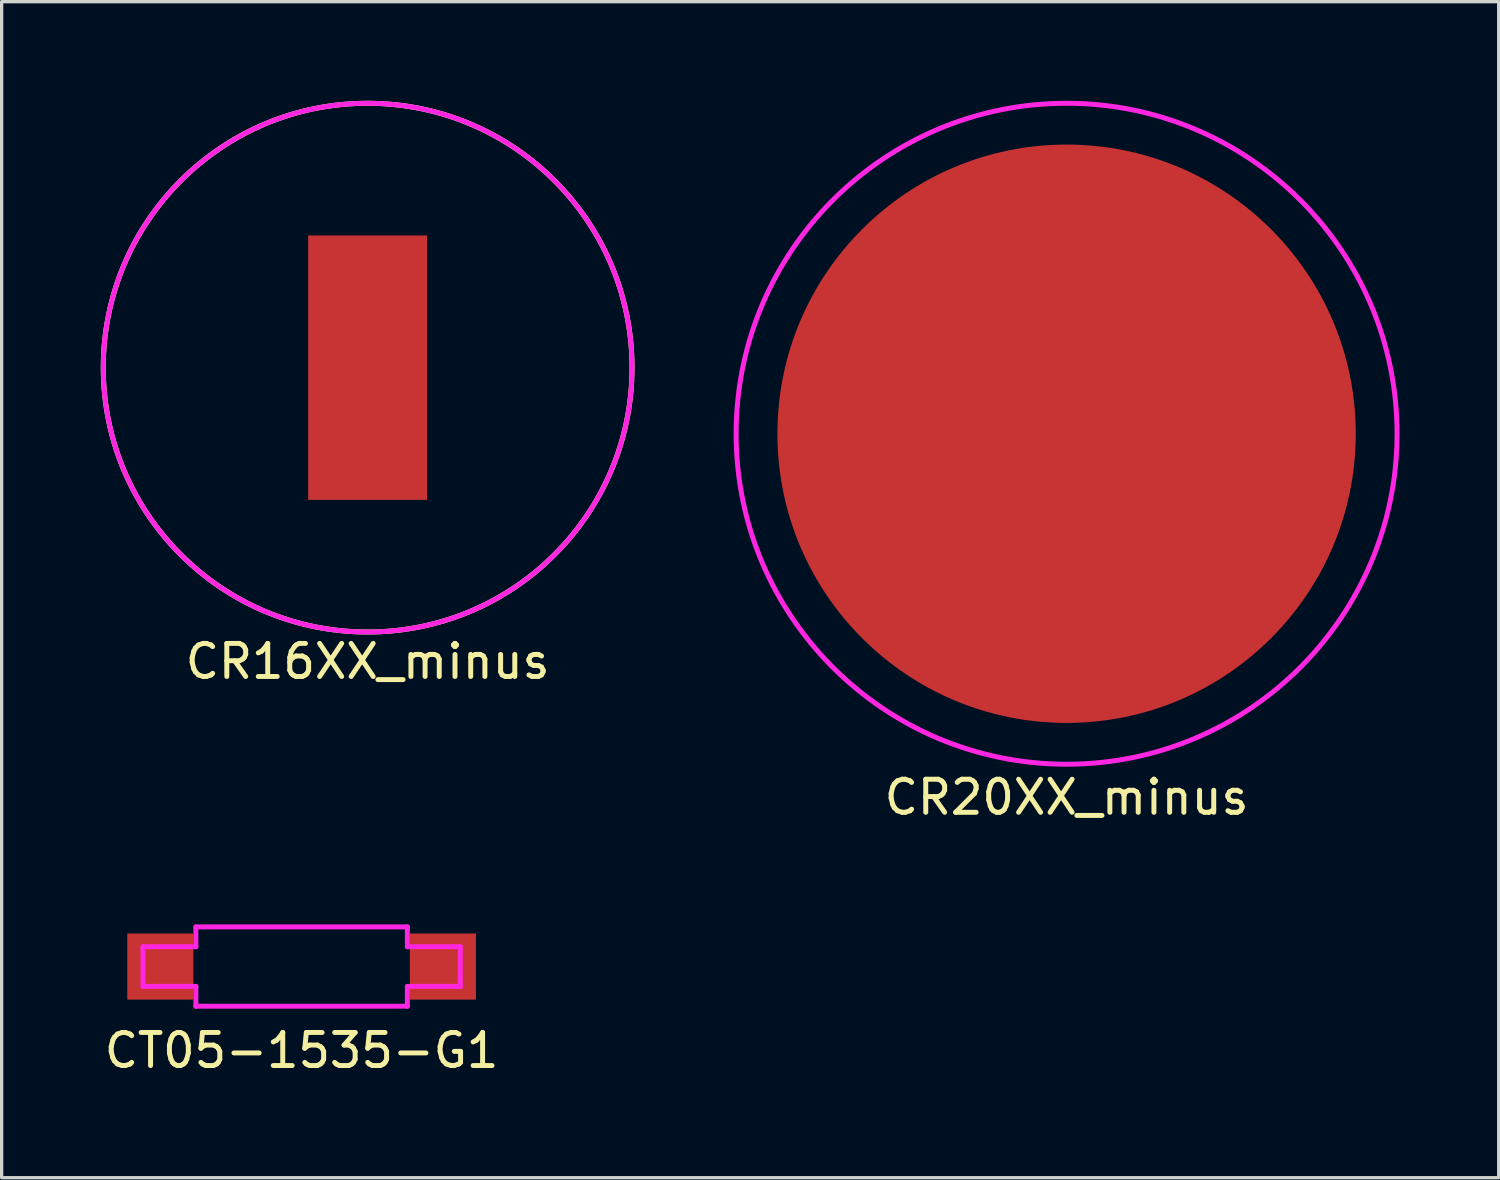
<source format=kicad_pcb>
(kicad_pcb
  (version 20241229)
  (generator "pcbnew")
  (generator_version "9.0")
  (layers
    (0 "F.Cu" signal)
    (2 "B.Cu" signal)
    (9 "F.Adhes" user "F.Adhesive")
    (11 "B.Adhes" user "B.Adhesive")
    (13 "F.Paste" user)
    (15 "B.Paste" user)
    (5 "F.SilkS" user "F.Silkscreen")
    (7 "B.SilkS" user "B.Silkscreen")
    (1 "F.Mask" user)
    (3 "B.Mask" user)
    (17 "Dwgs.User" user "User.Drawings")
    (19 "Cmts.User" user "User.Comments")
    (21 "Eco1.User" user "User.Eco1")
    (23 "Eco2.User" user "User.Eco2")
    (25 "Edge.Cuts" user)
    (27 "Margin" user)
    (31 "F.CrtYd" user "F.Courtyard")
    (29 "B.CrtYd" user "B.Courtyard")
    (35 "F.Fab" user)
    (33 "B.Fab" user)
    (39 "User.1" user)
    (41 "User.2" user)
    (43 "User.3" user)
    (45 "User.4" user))
  (footprint "CR20XX_minus"
    (layer "F.Cu")
    (at 29.225 10.075)
    (property "Reference" "CR20XX_minus" (at 0 11 0) (layer "F.SilkS") (effects (font (size 1 1) (thickness 0.15))))
    (attr through_hole)
    (fp_circle (center 0 0) (end 10 0) (stroke (width 0.15) (type solid)) (fill no) (layer "F.CrtYd"))
    (pad "1" smd circle (at 0 0) (size 17.5 17.5) (layers "F.Cu" "F.Mask" "F.Paste")))
  (footprint "CR16XX_minus"
    (layer "F.Cu")
    (at 8.075 8.075)
    (property "Reference" "CR16XX_minus" (at 0 8.89 0) (layer "F.SilkS") (effects (font (size 1 1) (thickness 0.15))))
    (attr through_hole)
    (fp_circle (center 0 0) (end 8 0) (stroke (width 0.15) (type solid)) (fill no) (layer "F.SilkS"))
    (fp_circle (center 0 0) (end 8 0) (stroke (width 0.15) (type solid)) (fill no) (layer "F.CrtYd"))
    (pad "1" smd rect (at 0 0) (size 3.6 8) (layers "F.Cu" "F.Mask" "F.Paste")))
  (footprint "CT05-1535-G1"
    (layer "F.Cu")
    (at 6.077 26.198)
    (property "Reference" "CT05-1535-G1" (at 0 2.54 0) (layer "F.SilkS") (effects (font (size 1 1) (thickness 0.15))))
    (attr through_hole)
    (fp_line (start -4.8 -0.6) (end -3.2 -0.6) (stroke (width 0.15) (type solid)) (layer "F.CrtYd"))
    (fp_line (start -4.8 0.6) (end -4.8 -0.6) (stroke (width 0.15) (type solid)) (layer "F.CrtYd"))
    (fp_line (start -3.2 -1.2) (end 3.2 -1.2) (stroke (width 0.15) (type solid)) (layer "F.CrtYd"))
    (fp_line (start -3.2 -0.6) (end -3.2 -1.2) (stroke (width 0.15) (type solid)) (layer "F.CrtYd"))
    (fp_line (start -3.2 0.6) (end -4.8 0.6) (stroke (width 0.15) (type solid)) (layer "F.CrtYd"))
    (fp_line (start -3.2 1.2) (end -3.2 0.6) (stroke (width 0.15) (type solid)) (layer "F.CrtYd"))
    (fp_line (start 3.2 -1.2) (end 3.2 -0.6) (stroke (width 0.15) (type solid)) (layer "F.CrtYd"))
    (fp_line (start 3.2 -0.6) (end 4.8 -0.6) (stroke (width 0.15) (type solid)) (layer "F.CrtYd"))
    (fp_line (start 3.2 0.6) (end 3.2 1.2) (stroke (width 0.15) (type solid)) (layer "F.CrtYd"))
    (fp_line (start 3.2 1.2) (end -3.2 1.2) (stroke (width 0.15) (type solid)) (layer "F.CrtYd"))
    (fp_line (start 4.8 -0.6) (end 4.8 0.6) (stroke (width 0.15) (type solid)) (layer "F.CrtYd"))
    (fp_line (start 4.8 0.6) (end 3.2 0.6) (stroke (width 0.15) (type solid)) (layer "F.CrtYd"))
    (pad "1" smd rect (at -4.275 0) (size 2 2) (layers "F.Cu" "F.Mask" "F.Paste"))
    (pad "2" smd rect (at 4.275 0) (size 2 2) (layers "F.Cu" "F.Mask" "F.Paste")))
  (gr_rect
    (start -3 -3)
    (end 42.3 32.587)
    (stroke (width 0.1) (type default))
    (fill no)
    (layer "Edge.Cuts")))
</source>
